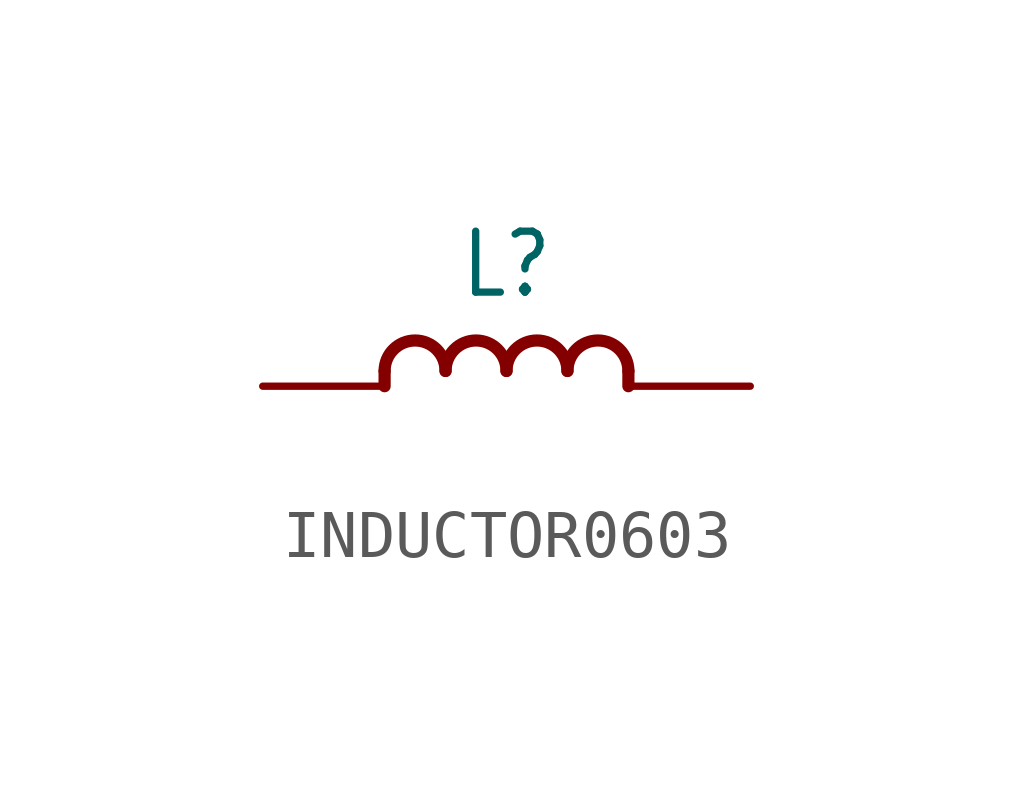
<source format=kicad_sym>
(kicad_symbol_lib
  (version 20241209)
  (generator "kicad_symbol_editor")
  (generator_version "9.0")
  (symbol "INDUCTOR0603"
    (property "Reference" "L"
      (at 0 2.54 0)
      (effects (font (size 1.27 1.079))))
    (property "Value" ""
      (at 0 -1.54 0)
      (effects (font (size 1.27 1.079))))
    (property "ki_locked" ""
      (at 0 0 0)
      (effects (font (size 1.27 1.27))))
    (symbol "INDUCTOR0603_1_0"
      (polyline (pts (xy -2.54 0.318) (xy -2.54 0)) (stroke (width 0.254) (type solid)) (fill (type none)))
      (arc (start -2.54 0.3175) (mid -1.905 0.9525) (end -1.27 0.3175) (stroke (width 0.254) (type solid)) (fill (type none)))
      (arc (start -1.27 0.3175) (mid -0.635 0.9525) (end 0 0.3175) (stroke (width 0.254) (type solid)) (fill (type none)))
      (arc (start 0 0.3175) (mid 0.635 0.9525) (end 1.27 0.3175) (stroke (width 0.254) (type solid)) (fill (type none)))
      (arc (start 1.27 0.3175) (mid 1.905 0.9525) (end 2.54 0.3175) (stroke (width 0.254) (type solid)) (fill (type none)))
      (polyline (pts (xy 2.54 0.318) (xy 2.54 0)) (stroke (width 0.254) (type solid)) (fill (type none)))
      (pin passive line (at -5.08 0 0) (length 2.54) (name "1" (effects (font (size 0 0)))) (number "1" (effects (font (size 0 0)))))
      (pin passive line (at 5.08 0 180) (length 2.54) (name "2" (effects (font (size 0 0)))) (number "2" (effects (font (size 0 0))))))))
</source>
